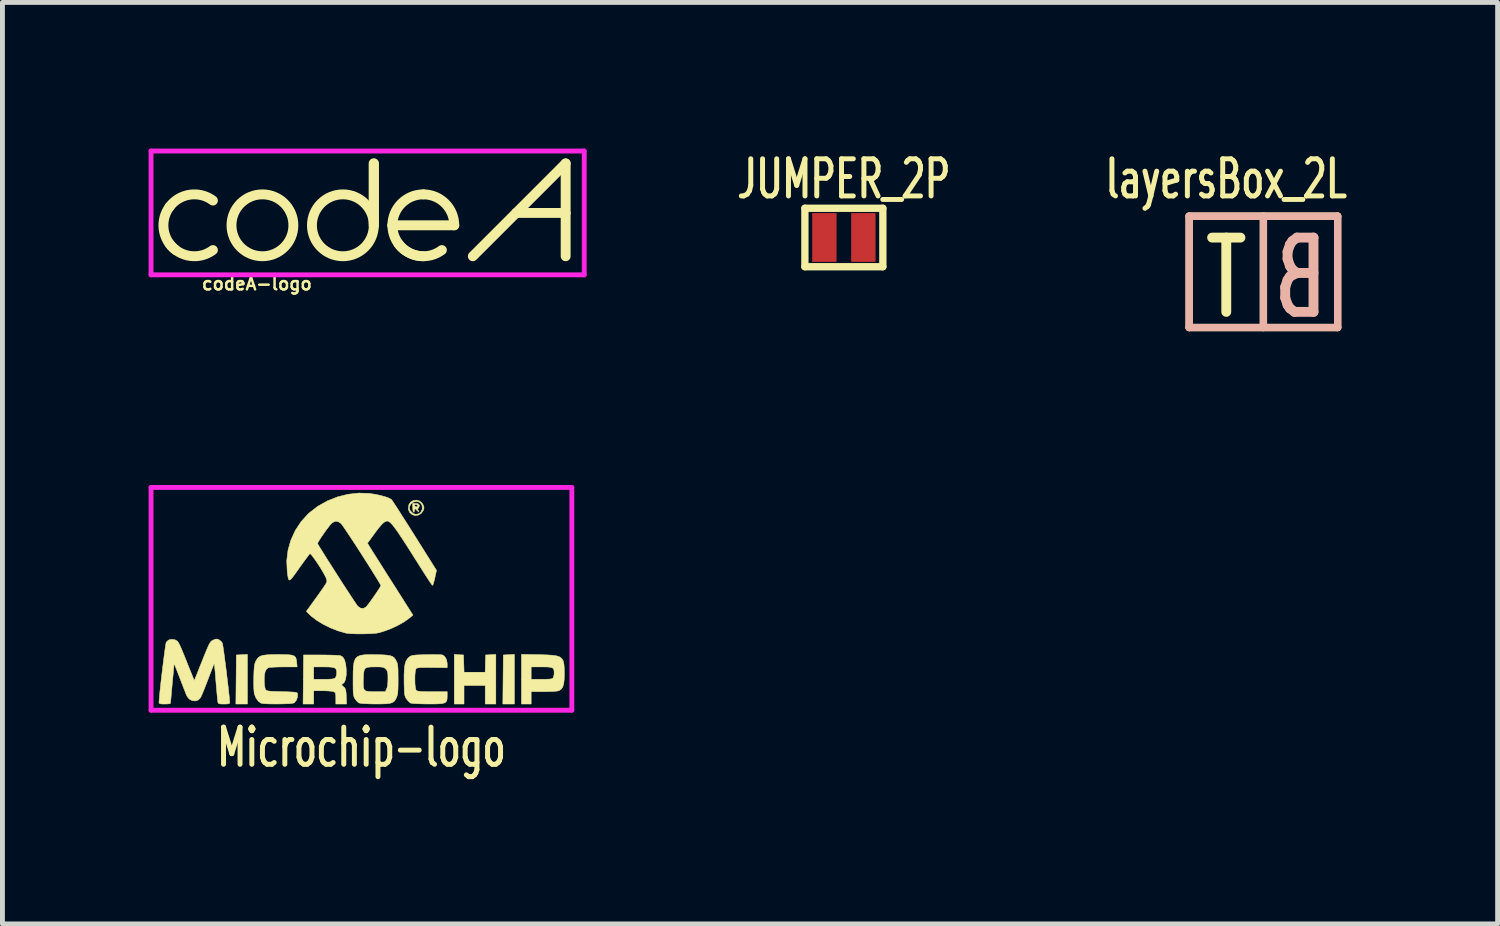
<source format=kicad_pcb>
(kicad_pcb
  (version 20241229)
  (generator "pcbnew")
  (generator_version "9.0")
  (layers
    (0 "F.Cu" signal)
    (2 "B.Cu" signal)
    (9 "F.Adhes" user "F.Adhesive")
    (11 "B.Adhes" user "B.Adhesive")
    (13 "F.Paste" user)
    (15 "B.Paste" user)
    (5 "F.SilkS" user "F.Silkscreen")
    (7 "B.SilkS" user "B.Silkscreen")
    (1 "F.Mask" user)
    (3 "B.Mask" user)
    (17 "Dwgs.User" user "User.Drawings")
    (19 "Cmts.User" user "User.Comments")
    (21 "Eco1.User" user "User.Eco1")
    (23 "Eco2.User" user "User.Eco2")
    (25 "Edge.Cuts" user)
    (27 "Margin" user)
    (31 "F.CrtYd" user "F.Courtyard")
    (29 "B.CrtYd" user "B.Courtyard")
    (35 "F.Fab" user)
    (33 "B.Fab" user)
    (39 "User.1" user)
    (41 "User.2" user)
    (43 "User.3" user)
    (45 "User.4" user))
  (footprint "Microchip-logo"
    (layer "F.Cu")
    (at 4.368 9.24)
    (property "Reference" "Microchip-logo" (at 0 3.048 0) (layer "F.SilkS") (effects (font (size 0.762 0.508) (thickness 0.102))))
    (attr through_hole)
    (fp_poly (pts (xy -2.34 2.159) (xy -2.577 2.159) (xy -2.572 1.656) (xy -2.567 1.152) (xy -2.34 1.141) (xy -2.34 2.159)) (stroke (width 0.01) (type solid)) (fill yes) (layer "F.SilkS"))
    (fp_poly (pts (xy 3.139 2.159) (xy 2.902 2.159) (xy 2.907 1.656) (xy 2.912 1.152) (xy 3.139 1.141) (xy 3.139 2.159)) (stroke (width 0.01) (type solid)) (fill yes) (layer "F.SilkS"))
    (fp_poly (pts (xy 2 1.147) (xy 2.095 1.152) (xy 2.106 1.506) (xy 2.539 1.506) (xy 2.549 1.152) (xy 2.653 1.147) (xy 2.758 1.141) (xy 2.758 2.159) (xy 2.54 2.159) (xy 2.54 1.778) (xy 2.105 1.778) (xy 2.105 2.159) (xy 1.905 2.159) (xy 1.905 1.141) (xy 2 1.147)) (stroke (width 0.01) (type solid)) (fill yes) (layer "F.SilkS"))
    (fp_poly (pts (xy 1.165 -1.949) (xy 1.189 -1.922) (xy 1.182 -1.885) (xy 1.169 -1.868) (xy 1.152 -1.837) (xy 1.16 -1.824) (xy 1.178 -1.798) (xy 1.179 -1.791) (xy 1.169 -1.787) (xy 1.146 -1.808) (xy 1.144 -1.81) (xy 1.112 -1.843) (xy 1.094 -1.846) (xy 1.089 -1.817) (xy 1.089 -1.814) (xy 1.081 -1.785) (xy 1.07 -1.778) (xy 1.06 -1.794) (xy 1.054 -1.836) (xy 1.052 -1.869) (xy 1.052 -1.915) (xy 1.089 -1.915) (xy 1.104 -1.892) (xy 1.126 -1.887) (xy 1.154 -1.896) (xy 1.157 -1.91) (xy 1.137 -1.932) (xy 1.11 -1.938) (xy 1.09 -1.925) (xy 1.089 -1.915) (xy 1.052 -1.915) (xy 1.052 -1.959) (xy 1.114 -1.959) (xy 1.165 -1.949)) (stroke (width 0.01) (type solid)) (fill yes) (layer "F.SilkS"))
    (fp_poly (pts (xy 1.189 -2.01) (xy 1.242 -1.968) (xy 1.265 -1.931) (xy 1.283 -1.883) (xy 1.28 -1.842) (xy 1.27 -1.815) (xy 1.229 -1.756) (xy 1.17 -1.719) (xy 1.103 -1.709) (xy 1.043 -1.727) (xy 0.989 -1.772) (xy 0.965 -1.833) (xy 0.962 -1.87) (xy 0.967 -1.893) (xy 0.985 -1.893) (xy 0.985 -1.843) (xy 1.009 -1.799) (xy 1.061 -1.75) (xy 1.12 -1.733) (xy 1.18 -1.749) (xy 1.22 -1.782) (xy 1.248 -1.839) (xy 1.246 -1.905) (xy 1.224 -1.955) (xy 1.18 -1.989) (xy 1.123 -1.998) (xy 1.064 -1.984) (xy 1.017 -1.948) (xy 0.985 -1.893) (xy 0.967 -1.893) (xy 0.976 -1.939) (xy 1.014 -1.989) (xy 1.067 -2.018) (xy 1.129 -2.026) (xy 1.189 -2.01)) (stroke (width 0.01) (type solid)) (fill yes) (layer "F.SilkS"))
    (fp_poly (pts (xy 3.642 1.146) (xy 3.793 1.15) (xy 3.912 1.157) (xy 4.002 1.17) (xy 4.068 1.192) (xy 4.113 1.226) (xy 4.141 1.275) (xy 4.156 1.342) (xy 4.163 1.43) (xy 4.164 1.542) (xy 4.164 1.542) (xy 4.161 1.66) (xy 4.15 1.748) (xy 4.13 1.811) (xy 4.099 1.854) (xy 4.054 1.884) (xy 4.051 1.885) (xy 4.016 1.893) (xy 3.953 1.899) (xy 3.867 1.903) (xy 3.766 1.905) (xy 3.746 1.905) (xy 3.483 1.905) (xy 3.483 2.159) (xy 3.284 2.159) (xy 3.284 1.397) (xy 3.483 1.397) (xy 3.483 1.651) (xy 3.701 1.651) (xy 3.793 1.65) (xy 3.856 1.648) (xy 3.896 1.643) (xy 3.92 1.635) (xy 3.933 1.622) (xy 3.936 1.616) (xy 3.95 1.572) (xy 3.955 1.524) (xy 3.953 1.474) (xy 3.943 1.439) (xy 3.92 1.417) (xy 3.878 1.404) (xy 3.812 1.398) (xy 3.715 1.397) (xy 3.701 1.397) (xy 3.483 1.397) (xy 3.284 1.397) (xy 3.284 1.14) (xy 3.642 1.146)) (stroke (width 0.01) (type solid)) (fill yes) (layer "F.SilkS"))
    (fp_poly (pts (xy -0.722 1.153) (xy -0.618 1.155) (xy -0.531 1.158) (xy -0.467 1.161) (xy -0.432 1.166) (xy -0.431 1.166) (xy -0.382 1.195) (xy -0.346 1.254) (xy -0.323 1.343) (xy -0.312 1.445) (xy -0.312 1.565) (xy -0.327 1.658) (xy -0.356 1.719) (xy -0.383 1.743) (xy -0.404 1.757) (xy -0.402 1.772) (xy -0.375 1.798) (xy -0.368 1.804) (xy -0.343 1.828) (xy -0.328 1.855) (xy -0.319 1.893) (xy -0.313 1.953) (xy -0.311 2.003) (xy -0.305 2.159) (xy -0.526 2.159) (xy -0.526 2.041) (xy -0.527 1.976) (xy -0.533 1.939) (xy -0.546 1.918) (xy -0.57 1.906) (xy -0.573 1.905) (xy -0.611 1.897) (xy -0.674 1.891) (xy -0.753 1.887) (xy -0.799 1.887) (xy -0.98 1.887) (xy -0.98 2.159) (xy -1.198 2.159) (xy -1.193 1.656) (xy -1.191 1.397) (xy -0.98 1.397) (xy -0.98 1.651) (xy -0.772 1.651) (xy -0.677 1.65) (xy -0.611 1.646) (xy -0.568 1.639) (xy -0.543 1.628) (xy -0.537 1.622) (xy -0.517 1.585) (xy -0.508 1.531) (xy -0.508 1.524) (xy -0.511 1.474) (xy -0.524 1.439) (xy -0.553 1.417) (xy -0.602 1.404) (xy -0.677 1.398) (xy -0.772 1.397) (xy -0.98 1.397) (xy -1.191 1.397) (xy -1.188 1.152) (xy -0.835 1.152) (xy -0.722 1.153)) (stroke (width 0.01) (type solid)) (fill yes) (layer "F.SilkS"))
    (fp_poly (pts (xy 1.522 1.145) (xy 1.596 1.146) (xy 1.646 1.149) (xy 1.661 1.151) (xy 1.706 1.179) (xy 1.74 1.235) (xy 1.758 1.308) (xy 1.76 1.341) (xy 1.76 1.413) (xy 1.453 1.41) (xy 1.331 1.409) (xy 1.241 1.41) (xy 1.179 1.414) (xy 1.14 1.421) (xy 1.121 1.43) (xy 1.11 1.46) (xy 1.102 1.516) (xy 1.097 1.59) (xy 1.097 1.671) (xy 1.099 1.75) (xy 1.106 1.817) (xy 1.116 1.863) (xy 1.123 1.875) (xy 1.136 1.886) (xy 1.16 1.894) (xy 1.198 1.9) (xy 1.257 1.903) (xy 1.342 1.905) (xy 1.454 1.905) (xy 1.76 1.905) (xy 1.76 2.003) (xy 1.758 2.054) (xy 1.75 2.092) (xy 1.732 2.12) (xy 1.698 2.139) (xy 1.645 2.15) (xy 1.568 2.156) (xy 1.462 2.158) (xy 1.357 2.158) (xy 1.251 2.156) (xy 1.157 2.153) (xy 1.079 2.149) (xy 1.027 2.143) (xy 1.007 2.139) (xy 0.974 2.113) (xy 0.936 2.07) (xy 0.925 2.055) (xy 0.908 2.029) (xy 0.896 2.002) (xy 0.887 1.968) (xy 0.882 1.921) (xy 0.879 1.855) (xy 0.876 1.762) (xy 0.875 1.698) (xy 0.875 1.552) (xy 0.881 1.437) (xy 0.893 1.348) (xy 0.913 1.281) (xy 0.943 1.231) (xy 0.982 1.193) (xy 0.986 1.19) (xy 1.008 1.175) (xy 1.036 1.165) (xy 1.074 1.158) (xy 1.129 1.152) (xy 1.208 1.149) (xy 1.316 1.146) (xy 1.327 1.146) (xy 1.429 1.144) (xy 1.522 1.145)) (stroke (width 0.01) (type solid)) (fill yes) (layer "F.SilkS"))
    (fp_poly (pts (xy -1.587 1.144) (xy -1.494 1.147) (xy -1.428 1.156) (xy -1.383 1.172) (xy -1.355 1.196) (xy -1.34 1.231) (xy -1.331 1.28) (xy -1.329 1.303) (xy -1.32 1.397) (xy -1.593 1.397) (xy -1.693 1.398) (xy -1.782 1.401) (xy -1.854 1.406) (xy -1.9 1.411) (xy -1.911 1.414) (xy -1.95 1.444) (xy -1.975 1.489) (xy -1.988 1.547) (xy -1.994 1.623) (xy -1.994 1.705) (xy -1.989 1.781) (xy -1.977 1.838) (xy -1.972 1.851) (xy -1.963 1.867) (xy -1.951 1.879) (xy -1.931 1.887) (xy -1.897 1.893) (xy -1.844 1.898) (xy -1.767 1.901) (xy -1.66 1.904) (xy -1.632 1.905) (xy -1.518 1.908) (xy -1.435 1.912) (xy -1.379 1.915) (xy -1.343 1.921) (xy -1.323 1.928) (xy -1.313 1.939) (xy -1.31 1.953) (xy -1.31 1.955) (xy -1.313 2.019) (xy -1.336 2.081) (xy -1.372 2.127) (xy -1.389 2.138) (xy -1.424 2.145) (xy -1.486 2.151) (xy -1.57 2.155) (xy -1.666 2.157) (xy -1.766 2.158) (xy -1.864 2.157) (xy -1.95 2.154) (xy -2.017 2.149) (xy -2.058 2.142) (xy -2.061 2.141) (xy -2.114 2.104) (xy -2.161 2.041) (xy -2.194 1.963) (xy -2.196 1.955) (xy -2.204 1.908) (xy -2.209 1.833) (xy -2.211 1.738) (xy -2.21 1.631) (xy -2.21 1.617) (xy -2.207 1.507) (xy -2.202 1.426) (xy -2.196 1.367) (xy -2.186 1.323) (xy -2.172 1.287) (xy -2.168 1.279) (xy -2.141 1.233) (xy -2.11 1.199) (xy -2.069 1.174) (xy -2.012 1.158) (xy -1.935 1.149) (xy -1.831 1.144) (xy -1.712 1.143) (xy -1.587 1.144)) (stroke (width 0.01) (type solid)) (fill yes) (layer "F.SilkS"))
    (fp_poly (pts (xy 0.306 1.146) (xy 0.428 1.149) (xy 0.52 1.155) (xy 0.587 1.166) (xy 0.635 1.182) (xy 0.669 1.206) (xy 0.696 1.24) (xy 0.718 1.282) (xy 0.732 1.313) (xy 0.741 1.349) (xy 0.747 1.397) (xy 0.751 1.463) (xy 0.752 1.553) (xy 0.753 1.652) (xy 0.752 1.769) (xy 0.75 1.856) (xy 0.746 1.92) (xy 0.739 1.967) (xy 0.728 2.004) (xy 0.72 2.025) (xy 0.697 2.071) (xy 0.67 2.105) (xy 0.635 2.129) (xy 0.586 2.144) (xy 0.517 2.153) (xy 0.423 2.157) (xy 0.299 2.158) (xy 0.287 2.158) (xy 0.174 2.156) (xy 0.077 2.152) (xy 0.003 2.147) (xy -0.042 2.139) (xy -0.05 2.137) (xy -0.086 2.109) (xy -0.124 2.064) (xy -0.132 2.052) (xy -0.146 2.027) (xy -0.157 2) (xy -0.164 1.967) (xy -0.169 1.92) (xy -0.171 1.855) (xy -0.172 1.765) (xy -0.172 1.748) (xy 0.037 1.748) (xy 0.041 1.818) (xy 0.056 1.864) (xy 0.088 1.89) (xy 0.143 1.902) (xy 0.225 1.905) (xy 0.291 1.905) (xy 0.489 1.905) (xy 0.517 1.851) (xy 0.535 1.791) (xy 0.543 1.695) (xy 0.544 1.642) (xy 0.543 1.564) (xy 0.539 1.514) (xy 0.529 1.48) (xy 0.512 1.454) (xy 0.5 1.442) (xy 0.476 1.42) (xy 0.449 1.407) (xy 0.411 1.4) (xy 0.352 1.397) (xy 0.286 1.397) (xy 0.191 1.398) (xy 0.125 1.405) (xy 0.082 1.423) (xy 0.058 1.459) (xy 0.046 1.517) (xy 0.041 1.604) (xy 0.039 1.647) (xy 0.037 1.748) (xy -0.172 1.748) (xy -0.172 1.651) (xy -0.171 1.501) (xy -0.165 1.383) (xy -0.151 1.295) (xy -0.124 1.23) (xy -0.082 1.187) (xy -0.021 1.161) (xy 0.064 1.148) (xy 0.175 1.144) (xy 0.306 1.146)) (stroke (width 0.01) (type solid)) (fill yes) (layer "F.SilkS"))
    (fp_poly (pts (xy -2.926 0.838) (xy -2.882 0.871) (xy -2.855 0.907) (xy -2.849 0.933) (xy -2.84 0.989) (xy -2.828 1.07) (xy -2.814 1.172) (xy -2.799 1.289) (xy -2.782 1.415) (xy -2.766 1.546) (xy -2.751 1.676) (xy -2.736 1.8) (xy -2.724 1.912) (xy -2.713 2.007) (xy -2.707 2.08) (xy -2.703 2.126) (xy -2.703 2.132) (xy -2.711 2.147) (xy -2.74 2.156) (xy -2.796 2.159) (xy -2.821 2.159) (xy -2.885 2.158) (xy -2.921 2.153) (xy -2.939 2.14) (xy -2.947 2.118) (xy -2.951 2.088) (xy -2.957 2.028) (xy -2.965 1.944) (xy -2.974 1.843) (xy -2.984 1.729) (xy -2.986 1.705) (xy -2.995 1.593) (xy -3.003 1.495) (xy -3.011 1.414) (xy -3.016 1.357) (xy -3.02 1.33) (xy -3.02 1.329) (xy -3.028 1.343) (xy -3.046 1.387) (xy -3.073 1.454) (xy -3.106 1.54) (xy -3.144 1.64) (xy -3.148 1.651) (xy -3.189 1.757) (xy -3.227 1.854) (xy -3.261 1.936) (xy -3.287 1.997) (xy -3.304 2.03) (xy -3.304 2.03) (xy -3.35 2.077) (xy -3.41 2.096) (xy -3.474 2.089) (xy -3.533 2.057) (xy -3.579 2.001) (xy -3.584 1.99) (xy -3.599 1.955) (xy -3.624 1.892) (xy -3.657 1.809) (xy -3.694 1.712) (xy -3.728 1.624) (xy -3.765 1.527) (xy -3.797 1.445) (xy -3.823 1.382) (xy -3.84 1.343) (xy -3.846 1.333) (xy -3.848 1.356) (xy -3.852 1.41) (xy -3.859 1.488) (xy -3.868 1.586) (xy -3.879 1.698) (xy -3.883 1.742) (xy -3.893 1.857) (xy -3.902 1.96) (xy -3.91 2.046) (xy -3.916 2.108) (xy -3.918 2.141) (xy -3.919 2.145) (xy -3.935 2.152) (xy -3.979 2.157) (xy -4.037 2.159) (xy -4.101 2.158) (xy -4.137 2.152) (xy -4.152 2.14) (xy -4.155 2.127) (xy -4.152 2.083) (xy -4.146 2.012) (xy -4.137 1.918) (xy -4.125 1.807) (xy -4.112 1.684) (xy -4.097 1.554) (xy -4.081 1.422) (xy -4.065 1.295) (xy -4.05 1.176) (xy -4.036 1.071) (xy -4.024 0.985) (xy -4.014 0.924) (xy -4.007 0.892) (xy -4.006 0.89) (xy -3.959 0.846) (xy -3.896 0.829) (xy -3.827 0.841) (xy -3.818 0.845) (xy -3.8 0.854) (xy -3.784 0.865) (xy -3.769 0.88) (xy -3.752 0.905) (xy -3.733 0.942) (xy -3.708 0.995) (xy -3.677 1.068) (xy -3.637 1.166) (xy -3.587 1.29) (xy -3.548 1.388) (xy -3.431 1.678) (xy -3.401 1.606) (xy -3.385 1.566) (xy -3.358 1.499) (xy -3.324 1.412) (xy -3.284 1.312) (xy -3.242 1.206) (xy -3.196 1.093) (xy -3.161 1.009) (xy -3.134 0.949) (xy -3.112 0.908) (xy -3.093 0.881) (xy -3.073 0.863) (xy -3.05 0.85) (xy -3.044 0.847) (xy -2.996 0.827) (xy -2.961 0.825) (xy -2.926 0.838)) (stroke (width 0.01) (type solid)) (fill yes) (layer "F.SilkS"))
    (fp_poly (pts (xy 0.166 -2.163) (xy 0.17 -2.162) (xy 0.282 -2.145) (xy 0.389 -2.122) (xy 0.485 -2.096) (xy 0.561 -2.069) (xy 0.61 -2.042) (xy 0.619 -2.035) (xy 0.634 -2.014) (xy 0.666 -1.965) (xy 0.714 -1.892) (xy 0.775 -1.798) (xy 0.846 -1.685) (xy 0.927 -1.559) (xy 1.015 -1.42) (xy 1.094 -1.295) (xy 1.54 -0.584) (xy 1.515 -0.469) (xy 1.5 -0.401) (xy 1.484 -0.341) (xy 1.474 -0.309) (xy 1.47 -0.297) (xy 1.468 -0.287) (xy 1.465 -0.28) (xy 1.459 -0.279) (xy 1.449 -0.287) (xy 1.434 -0.306) (xy 1.411 -0.338) (xy 1.38 -0.385) (xy 1.337 -0.451) (xy 1.282 -0.537) (xy 1.213 -0.645) (xy 1.129 -0.779) (xy 1.027 -0.939) (xy 0.99 -0.998) (xy 0.889 -1.156) (xy 0.804 -1.285) (xy 0.735 -1.388) (xy 0.677 -1.467) (xy 0.631 -1.525) (xy 0.593 -1.564) (xy 0.562 -1.587) (xy 0.536 -1.596) (xy 0.529 -1.597) (xy 0.494 -1.589) (xy 0.454 -1.563) (xy 0.406 -1.515) (xy 0.345 -1.443) (xy 0.27 -1.344) (xy 0.262 -1.332) (xy 0.124 -1.143) (xy 0.159 -1.084) (xy 0.176 -1.056) (xy 0.21 -1.002) (xy 0.259 -0.924) (xy 0.322 -0.825) (xy 0.395 -0.71) (xy 0.476 -0.581) (xy 0.564 -0.442) (xy 0.626 -0.346) (xy 1.057 0.334) (xy 0.987 0.393) (xy 0.881 0.469) (xy 0.75 0.544) (xy 0.605 0.612) (xy 0.49 0.655) (xy 0.419 0.678) (xy 0.36 0.695) (xy 0.302 0.706) (xy 0.236 0.712) (xy 0.154 0.716) (xy 0.045 0.719) (xy -0.105 0.719) (xy -0.226 0.714) (xy -0.315 0.704) (xy -0.331 0.7) (xy -0.481 0.657) (xy -0.636 0.596) (xy -0.785 0.522) (xy -0.92 0.44) (xy -1.032 0.354) (xy -1.077 0.311) (xy -1.13 0.256) (xy -1.067 0.169) (xy -0.97 0.034) (xy -0.892 -0.074) (xy -0.831 -0.16) (xy -0.785 -0.226) (xy -0.752 -0.275) (xy -0.73 -0.31) (xy -0.717 -0.336) (xy -0.711 -0.355) (xy -0.71 -0.37) (xy -0.712 -0.384) (xy -0.714 -0.393) (xy -0.726 -0.43) (xy -0.754 -0.486) (xy -0.793 -0.556) (xy -0.839 -0.633) (xy -0.889 -0.711) (xy -0.939 -0.785) (xy -0.985 -0.849) (xy -1.023 -0.898) (xy -1.049 -0.924) (xy -1.059 -0.927) (xy -1.076 -0.907) (xy -1.109 -0.863) (xy -1.157 -0.799) (xy -1.214 -0.72) (xy -1.278 -0.631) (xy -1.279 -0.628) (xy -1.352 -0.526) (xy -1.406 -0.452) (xy -1.446 -0.405) (xy -1.473 -0.386) (xy -1.491 -0.392) (xy -1.503 -0.424) (xy -1.513 -0.481) (xy -1.523 -0.562) (xy -1.524 -0.57) (xy -1.533 -0.785) (xy -1.507 -0.998) (xy -1.468 -1.136) (xy -0.901 -1.136) (xy -0.9 -1.134) (xy -0.887 -1.11) (xy -0.857 -1.059) (xy -0.812 -0.987) (xy -0.755 -0.896) (xy -0.689 -0.791) (xy -0.615 -0.675) (xy -0.538 -0.554) (xy -0.459 -0.431) (xy -0.381 -0.309) (xy -0.306 -0.194) (xy -0.237 -0.089) (xy -0.178 0.002) (xy -0.129 0.075) (xy -0.095 0.125) (xy -0.077 0.149) (xy -0.077 0.15) (xy -0.02 0.19) (xy 0.038 0.197) (xy 0.091 0.17) (xy 0.102 0.159) (xy 0.133 0.121) (xy 0.174 0.066) (xy 0.222 -0.000415) (xy 0.272 -0.072) (xy 0.319 -0.141) (xy 0.359 -0.201) (xy 0.387 -0.247) (xy 0.399 -0.27) (xy 0.399 -0.271) (xy 0.39 -0.292) (xy 0.363 -0.339) (xy 0.321 -0.409) (xy 0.266 -0.497) (xy 0.202 -0.6) (xy 0.131 -0.713) (xy 0.055 -0.832) (xy -0.023 -0.954) (xy -0.101 -1.075) (xy -0.176 -1.19) (xy -0.246 -1.296) (xy -0.307 -1.388) (xy -0.358 -1.463) (xy -0.396 -1.517) (xy -0.418 -1.545) (xy -0.42 -1.547) (xy -0.481 -1.587) (xy -0.541 -1.592) (xy -0.601 -1.56) (xy -0.606 -1.556) (xy -0.637 -1.523) (xy -0.678 -1.472) (xy -0.726 -1.408) (xy -0.775 -1.339) (xy -0.822 -1.27) (xy -0.862 -1.209) (xy -0.89 -1.162) (xy -0.901 -1.136) (xy -1.468 -1.136) (xy -1.448 -1.204) (xy -1.359 -1.401) (xy -1.24 -1.582) (xy -1.093 -1.745) (xy -1.068 -1.767) (xy -0.894 -1.901) (xy -0.699 -2.01) (xy -0.489 -2.093) (xy -0.27 -2.147) (xy -0.05 -2.171) (xy 0.166 -2.163)) (stroke (width 0.01) (type solid)) (fill yes) (layer "F.SilkS"))
    (fp_line (start -4.318 -2.286) (end -4.318 2.286) (stroke (width 0.1) (type solid)) (layer "F.CrtYd"))
    (fp_line (start -4.318 2.286) (end 4.318 2.286) (stroke (width 0.1) (type solid)) (layer "F.CrtYd"))
    (fp_line (start 4.318 -2.286) (end -4.318 -2.286) (stroke (width 0.1) (type solid)) (layer "F.CrtYd"))
    (fp_line (start 4.318 2.286) (end 4.318 -2.286) (stroke (width 0.1) (type solid)) (layer "F.CrtYd")))
  (footprint "JUMPER_2P"
    (layer "F.Cu")
    (at 14.269 1.824)
    (property "Reference" "JUMPER_2P" (at 0 -1.2 0) (layer "F.SilkS") (effects (font (size 0.762 0.508) (thickness 0.102))))
    (attr through_hole)
    (fp_line (start -0.8 -0.6) (end 0.8 -0.6) (stroke (width 0.15) (type solid)) (layer "F.SilkS"))
    (fp_line (start -0.8 0.6) (end -0.8 -0.6) (stroke (width 0.15) (type solid)) (layer "F.SilkS"))
    (fp_line (start 0.8 -0.6) (end 0.8 0.6) (stroke (width 0.15) (type solid)) (layer "F.SilkS"))
    (fp_line (start 0.8 0.6) (end -0.8 0.6) (stroke (width 0.15) (type solid)) (layer "F.SilkS"))
    (pad "1" smd rect (at -0.4 0) (size 0.5 1) (layers "F.Cu" "F.Mask" "F.Paste"))
    (pad "2" smd rect (at 0.4 0) (size 0.5 1) (layers "F.Cu" "F.Mask" "F.Paste")))
  (footprint "codeA-logo"
    (layer "F.Cu")
    (at 4.622 1.574)
    (property "Reference" "codeA-logo" (at -2.4 1.2 0) (layer "F.SilkS") (effects (font (size 0.254 0.254) (thickness 0.051))))
    (attr through_hole)
    (fp_line (start 0 0) (end 0 -1.27) (stroke (width 0.211) (type solid)) (layer "F.SilkS"))
    (fp_line (start 1.651 0) (end 0.381 0) (stroke (width 0.203) (type solid)) (layer "F.SilkS"))
    (fp_line (start 2.032 0.635) (end 3.937 -1.27) (stroke (width 0.203) (type solid)) (layer "F.SilkS"))
    (fp_line (start 3.937 -1.27) (end 3.937 0.635) (stroke (width 0.203) (type solid)) (layer "F.SilkS"))
    (fp_line (start 3.937 -0.254) (end 2.921 -0.254) (stroke (width 0.203) (type solid)) (layer "F.SilkS"))
    (fp_arc (start -4.191 -0.381) (mid -3.772803 -0.628618) (end -3.302 -0.508) (stroke (width 0.2032) (type solid)) (layer "F.SilkS"))
    (fp_arc (start -4.064 0.508) (mid -4.311618 0.089803) (end -4.191 -0.381) (stroke (width 0.2032) (type solid)) (layer "F.SilkS"))
    (fp_arc (start -3.302 0.508) (mid -3.772803 0.628618) (end -4.191 0.381) (stroke (width 0.2032) (type solid)) (layer "F.SilkS"))
    (fp_arc (start 0.381 0) (mid 0.566987 -0.449013) (end 1.016 -0.635) (stroke (width 0.2032) (type solid)) (layer "F.SilkS"))
    (fp_arc (start 1.016 -0.635) (mid 1.465013 -0.449013) (end 1.651 0) (stroke (width 0.2032) (type solid)) (layer "F.SilkS"))
    (fp_arc (start 1.016 0.635) (mid 0.566987 0.449013) (end 0.381 0) (stroke (width 0.2032) (type solid)) (layer "F.SilkS"))
    (fp_arc (start 1.397 0.508) (mid 0.926197 0.628618) (end 0.508 0.381) (stroke (width 0.2032) (type solid)) (layer "F.SilkS"))
    (fp_circle (center -2.286 0) (end -1.651 0) (stroke (width 0.203) (type solid)) (fill no) (layer "F.SilkS"))
    (fp_circle (center -0.635 0) (end 0 0) (stroke (width 0.203) (type solid)) (fill no) (layer "F.SilkS"))
    (fp_line (start -4.572 -1.524) (end 4.318 -1.524) (stroke (width 0.1) (type solid)) (layer "F.CrtYd"))
    (fp_line (start -4.572 1.016) (end -4.572 -1.524) (stroke (width 0.1) (type solid)) (layer "F.CrtYd"))
    (fp_line (start 4.318 -1.524) (end 4.318 1.016) (stroke (width 0.1) (type solid)) (layer "F.CrtYd"))
    (fp_line (start 4.318 1.016) (end -4.572 1.016) (stroke (width 0.1) (type solid)) (layer "F.CrtYd")))
  (footprint "layersBox_2L"
    (layer "F.Cu")
    (at 22.117 2.656)
    (property "Reference" "layersBox_2L" (at 0 -2.032 0) (layer "F.SilkS") (effects (font (size 0.762 0.508) (thickness 0.102))))
    (attr through_hole)
    (fp_line (start -0.762 -1.27) (end 2.286 -1.27) (stroke (width 0.15) (type solid)) (layer "F.SilkS"))
    (fp_line (start -0.762 1.016) (end -0.762 -1.27) (stroke (width 0.15) (type solid)) (layer "F.SilkS"))
    (fp_line (start 0.762 -1.27) (end 0.762 1.016) (stroke (width 0.15) (type solid)) (layer "F.SilkS"))
    (fp_line (start 2.286 -1.27) (end 2.286 1.016) (stroke (width 0.15) (type solid)) (layer "F.SilkS"))
    (fp_line (start 2.286 1.016) (end -0.762 1.016) (stroke (width 0.15) (type solid)) (layer "F.SilkS"))
    (fp_line (start -0.762 -1.27) (end 2.286 -1.27) (stroke (width 0.15) (type solid)) (layer "B.SilkS"))
    (fp_line (start -0.762 1.016) (end -0.762 -1.27) (stroke (width 0.15) (type solid)) (layer "B.SilkS"))
    (fp_line (start 0.762 -1.27) (end 0.762 1.016) (stroke (width 0.15) (type solid)) (layer "B.SilkS"))
    (fp_line (start 2.286 -1.27) (end 2.286 1.016) (stroke (width 0.15) (type solid)) (layer "B.SilkS"))
    (fp_line (start 2.286 1.016) (end -0.762 1.016) (stroke (width 0.15) (type solid)) (layer "B.SilkS"))
    (fp_text user "T" (at 0 0 0) (layer "F.SilkS") (effects (font (size 1.524 1.016) (thickness 0.203))))
    (fp_text user "B" (at 1.524 0 180) (layer "B.SilkS") (effects (font (size 1.524 1.016) (thickness 0.203)) (justify mirror))))
  (gr_rect
    (start -3 -3)
    (end 27.686 15.912)
    (stroke (width 0.1) (type default))
    (fill no)
    (layer "Edge.Cuts")))
</source>
